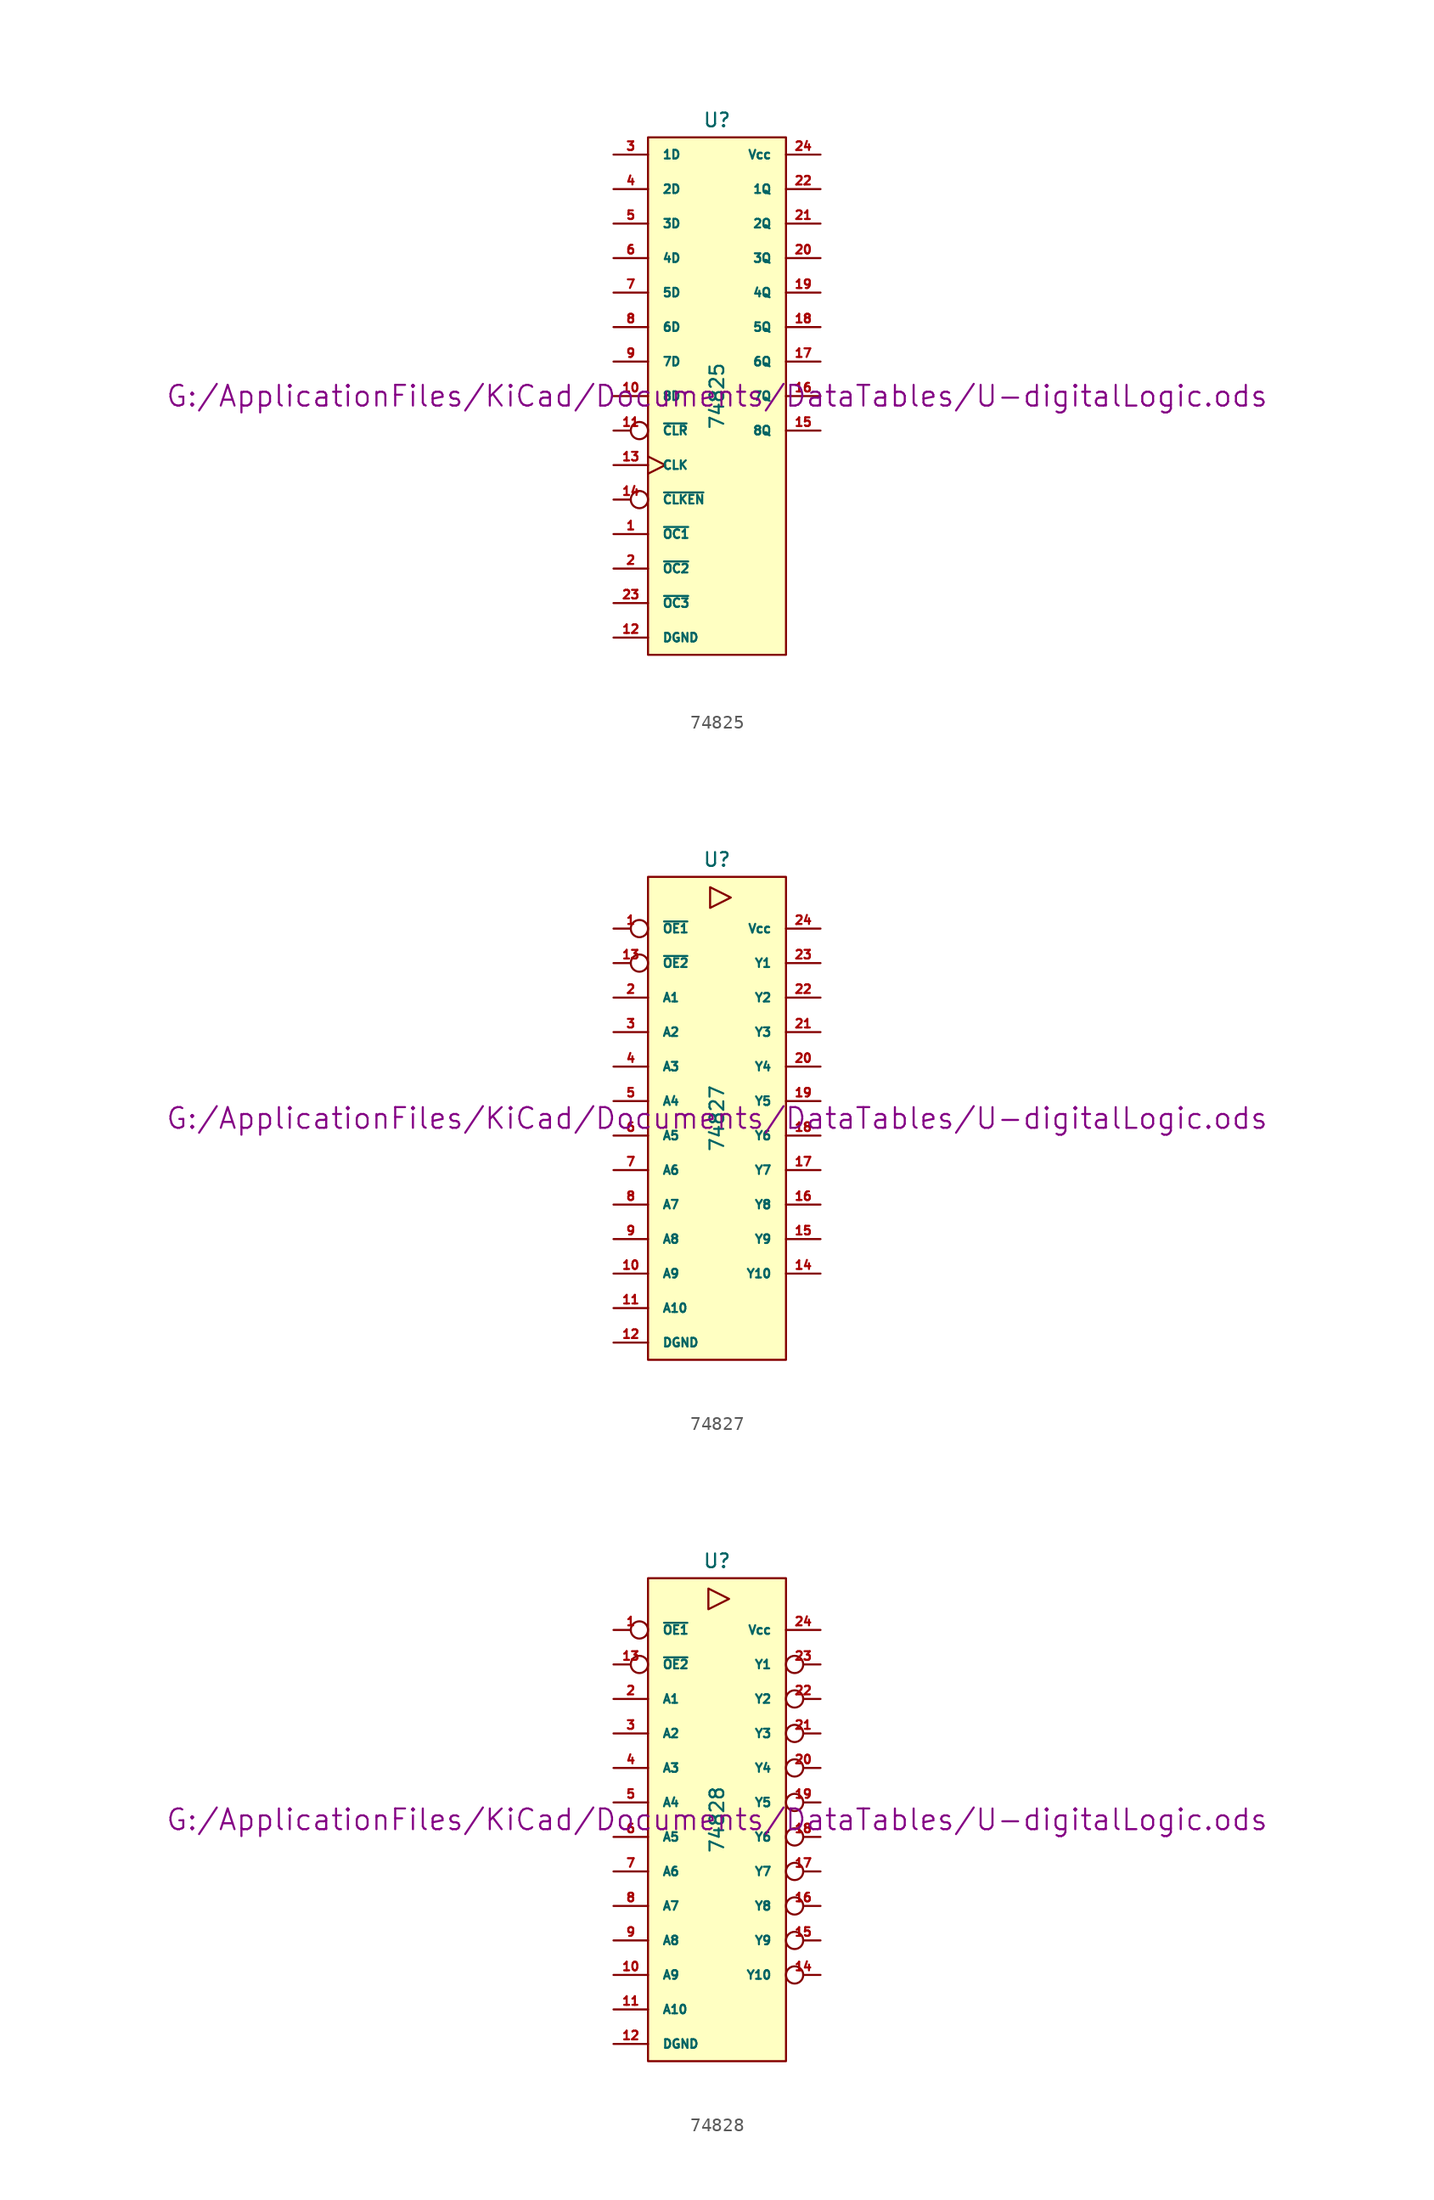
<source format=kicad_sym>
(kicad_symbol_lib
  (version 20211014)
  (generator kicad_symbol_editor)
  (symbol "74825"
    (pin_names
      (offset 1.016))
    (property "Reference" "U"
      (at 0 20.32 0)
      (effects (font (size 1.016 1.016))))
    (property "Value" "74825"
      (at 0 0 90)
      (effects (font (size 1.016 1.016))))
    (property "Footprint" ""
      (at 0 0 0)
      (effects (font (size 1.524 1.524))))
    (property "Datasheet" "G:/ApplicationFiles/KiCad/Documents/DataTables/U-digitalLogic.ods"
      (at 0 0 0)
      (effects (font (size 1.524 1.524))))
    (symbol "74825_0_1"
      (rectangle (start -5.08 19.05) (end 5.08 -19.05) (stroke (width 0) (type default) (color 0 0 0 0)) (fill (type background))))
    (symbol "74825_1_1"
      (pin input line (at -7.62 -10.16 0) (length 2.54) (name "~{OC1}" (effects (font (size 0.635 0.635)))) (number "1" (effects (font (size 0.635 0.635)))))
      (pin input line (at -7.62 0 0) (length 2.54) (name "8D" (effects (font (size 0.635 0.635)))) (number "10" (effects (font (size 0.635 0.635)))))
      (pin input inverted (at -7.62 -2.54 0) (length 2.54) (name "~{CLR}" (effects (font (size 0.635 0.635)))) (number "11" (effects (font (size 0.635 0.635)))))
      (pin power_in line (at -7.62 -17.78 0) (length 2.54) (name "DGND" (effects (font (size 0.635 0.635)))) (number "12" (effects (font (size 0.635 0.635)))))
      (pin input clock (at -7.62 -5.08 0) (length 2.54) (name "CLK" (effects (font (size 0.635 0.635)))) (number "13" (effects (font (size 0.635 0.635)))))
      (pin input inverted (at -7.62 -7.62 0) (length 2.54) (name "~{CLKEN}" (effects (font (size 0.635 0.635)))) (number "14" (effects (font (size 0.635 0.635)))))
      (pin tri_state line (at 7.62 -2.54 180) (length 2.54) (name "8Q" (effects (font (size 0.635 0.635)))) (number "15" (effects (font (size 0.635 0.635)))))
      (pin tri_state line (at 7.62 0 180) (length 2.54) (name "7Q" (effects (font (size 0.635 0.635)))) (number "16" (effects (font (size 0.635 0.635)))))
      (pin tri_state line (at 7.62 2.54 180) (length 2.54) (name "6Q" (effects (font (size 0.635 0.635)))) (number "17" (effects (font (size 0.635 0.635)))))
      (pin tri_state line (at 7.62 5.08 180) (length 2.54) (name "5Q" (effects (font (size 0.635 0.635)))) (number "18" (effects (font (size 0.635 0.635)))))
      (pin tri_state line (at 7.62 7.62 180) (length 2.54) (name "4Q" (effects (font (size 0.635 0.635)))) (number "19" (effects (font (size 0.635 0.635)))))
      (pin input line (at -7.62 -12.7 0) (length 2.54) (name "~{OC2}" (effects (font (size 0.635 0.635)))) (number "2" (effects (font (size 0.635 0.635)))))
      (pin tri_state line (at 7.62 10.16 180) (length 2.54) (name "3Q" (effects (font (size 0.635 0.635)))) (number "20" (effects (font (size 0.635 0.635)))))
      (pin tri_state line (at 7.62 12.7 180) (length 2.54) (name "2Q" (effects (font (size 0.635 0.635)))) (number "21" (effects (font (size 0.635 0.635)))))
      (pin tri_state line (at 7.62 15.24 180) (length 2.54) (name "1Q" (effects (font (size 0.635 0.635)))) (number "22" (effects (font (size 0.635 0.635)))))
      (pin input line (at -7.62 -15.24 0) (length 2.54) (name "~{OC3}" (effects (font (size 0.635 0.635)))) (number "23" (effects (font (size 0.635 0.635)))))
      (pin power_in line (at 7.62 17.78 180) (length 2.54) (name "Vcc" (effects (font (size 0.635 0.635)))) (number "24" (effects (font (size 0.635 0.635)))))
      (pin input line (at -7.62 17.78 0) (length 2.54) (name "1D" (effects (font (size 0.635 0.635)))) (number "3" (effects (font (size 0.635 0.635)))))
      (pin input line (at -7.62 15.24 0) (length 2.54) (name "2D" (effects (font (size 0.635 0.635)))) (number "4" (effects (font (size 0.635 0.635)))))
      (pin input line (at -7.62 12.7 0) (length 2.54) (name "3D" (effects (font (size 0.635 0.635)))) (number "5" (effects (font (size 0.635 0.635)))))
      (pin input line (at -7.62 10.16 0) (length 2.54) (name "4D" (effects (font (size 0.635 0.635)))) (number "6" (effects (font (size 0.635 0.635)))))
      (pin input line (at -7.62 7.62 0) (length 2.54) (name "5D" (effects (font (size 0.635 0.635)))) (number "7" (effects (font (size 0.635 0.635)))))
      (pin input line (at -7.62 5.08 0) (length 2.54) (name "6D" (effects (font (size 0.635 0.635)))) (number "8" (effects (font (size 0.635 0.635)))))
      (pin input line (at -7.62 2.54 0) (length 2.54) (name "7D" (effects (font (size 0.635 0.635)))) (number "9" (effects (font (size 0.635 0.635)))))))
  (symbol "74827"
    (pin_names
      (offset 1.016))
    (property "Reference" "U"
      (at 0 19.05 0)
      (effects (font (size 1.016 1.016))))
    (property "Value" "74827"
      (at 0 0 90)
      (effects (font (size 1.016 1.016))))
    (property "Footprint" ""
      (at 0 0 0)
      (effects (font (size 1.524 1.524))))
    (property "Datasheet" "G:/ApplicationFiles/KiCad/Documents/DataTables/U-digitalLogic.ods"
      (at 0 0 0)
      (effects (font (size 1.524 1.524))))
    (symbol "74827_0_0"
      (polyline (pts (xy -0.508 17.018) (xy -0.508 15.494) (xy 1.016 16.256) (xy -0.508 17.018)) (stroke (width 0) (type default) (color 0 0 0 0)) (fill (type none))))
    (symbol "74827_0_1"
      (rectangle (start -5.08 17.78) (end 5.08 -17.78) (stroke (width 0) (type default) (color 0 0 0 0)) (fill (type background))))
    (symbol "74827_1_1"
      (pin input inverted (at -7.62 13.97 0) (length 2.54) (name "~{OE1}" (effects (font (size 0.635 0.635)))) (number "1" (effects (font (size 0.635 0.635)))))
      (pin tri_state line (at -7.62 -11.43 0) (length 2.54) (name "A9" (effects (font (size 0.635 0.635)))) (number "10" (effects (font (size 0.635 0.635)))))
      (pin tri_state line (at -7.62 -13.97 0) (length 2.54) (name "A10" (effects (font (size 0.635 0.635)))) (number "11" (effects (font (size 0.635 0.635)))))
      (pin power_in line (at -7.62 -16.51 0) (length 2.54) (name "DGND" (effects (font (size 0.635 0.635)))) (number "12" (effects (font (size 0.635 0.635)))))
      (pin input inverted (at -7.62 11.43 0) (length 2.54) (name "~{OE2}" (effects (font (size 0.635 0.635)))) (number "13" (effects (font (size 0.635 0.635)))))
      (pin tri_state line (at 7.62 -11.43 180) (length 2.54) (name "Y10" (effects (font (size 0.635 0.635)))) (number "14" (effects (font (size 0.635 0.635)))))
      (pin tri_state line (at 7.62 -8.89 180) (length 2.54) (name "Y9" (effects (font (size 0.635 0.635)))) (number "15" (effects (font (size 0.635 0.635)))))
      (pin tri_state line (at 7.62 -6.35 180) (length 2.54) (name "Y8" (effects (font (size 0.635 0.635)))) (number "16" (effects (font (size 0.635 0.635)))))
      (pin tri_state line (at 7.62 -3.81 180) (length 2.54) (name "Y7" (effects (font (size 0.635 0.635)))) (number "17" (effects (font (size 0.635 0.635)))))
      (pin tri_state line (at 7.62 -1.27 180) (length 2.54) (name "Y6" (effects (font (size 0.635 0.635)))) (number "18" (effects (font (size 0.635 0.635)))))
      (pin tri_state line (at 7.62 1.27 180) (length 2.54) (name "Y5" (effects (font (size 0.635 0.635)))) (number "19" (effects (font (size 0.635 0.635)))))
      (pin tri_state line (at -7.62 8.89 0) (length 2.54) (name "A1" (effects (font (size 0.635 0.635)))) (number "2" (effects (font (size 0.635 0.635)))))
      (pin tri_state line (at 7.62 3.81 180) (length 2.54) (name "Y4" (effects (font (size 0.635 0.635)))) (number "20" (effects (font (size 0.635 0.635)))))
      (pin tri_state line (at 7.62 6.35 180) (length 2.54) (name "Y3" (effects (font (size 0.635 0.635)))) (number "21" (effects (font (size 0.635 0.635)))))
      (pin tri_state line (at 7.62 8.89 180) (length 2.54) (name "Y2" (effects (font (size 0.635 0.635)))) (number "22" (effects (font (size 0.635 0.635)))))
      (pin tri_state line (at 7.62 11.43 180) (length 2.54) (name "Y1" (effects (font (size 0.635 0.635)))) (number "23" (effects (font (size 0.635 0.635)))))
      (pin power_in line (at 7.62 13.97 180) (length 2.54) (name "Vcc" (effects (font (size 0.635 0.635)))) (number "24" (effects (font (size 0.635 0.635)))))
      (pin tri_state line (at -7.62 6.35 0) (length 2.54) (name "A2" (effects (font (size 0.635 0.635)))) (number "3" (effects (font (size 0.635 0.635)))))
      (pin tri_state line (at -7.62 3.81 0) (length 2.54) (name "A3" (effects (font (size 0.635 0.635)))) (number "4" (effects (font (size 0.635 0.635)))))
      (pin tri_state line (at -7.62 1.27 0) (length 2.54) (name "A4" (effects (font (size 0.635 0.635)))) (number "5" (effects (font (size 0.635 0.635)))))
      (pin tri_state line (at -7.62 -1.27 0) (length 2.54) (name "A5" (effects (font (size 0.635 0.635)))) (number "6" (effects (font (size 0.635 0.635)))))
      (pin tri_state line (at -7.62 -3.81 0) (length 2.54) (name "A6" (effects (font (size 0.635 0.635)))) (number "7" (effects (font (size 0.635 0.635)))))
      (pin tri_state line (at -7.62 -6.35 0) (length 2.54) (name "A7" (effects (font (size 0.635 0.635)))) (number "8" (effects (font (size 0.635 0.635)))))
      (pin tri_state line (at -7.62 -8.89 0) (length 2.54) (name "A8" (effects (font (size 0.635 0.635)))) (number "9" (effects (font (size 0.635 0.635)))))))
  (symbol "74828"
    (pin_names
      (offset 1.016))
    (property "Reference" "U"
      (at 0 19.05 0)
      (effects (font (size 1.016 1.016))))
    (property "Value" "74828"
      (at 0 0 90)
      (effects (font (size 1.016 1.016))))
    (property "Footprint" ""
      (at 0 0 0)
      (effects (font (size 1.524 1.524))))
    (property "Datasheet" "G:/ApplicationFiles/KiCad/Documents/DataTables/U-digitalLogic.ods"
      (at 0 0 0)
      (effects (font (size 1.524 1.524))))
    (symbol "74828_0_0"
      (polyline (pts (xy -0.635 17.018) (xy -0.635 15.494) (xy 0.889 16.256) (xy -0.635 17.018)) (stroke (width 0) (type default) (color 0 0 0 0)) (fill (type none))))
    (symbol "74828_0_1"
      (rectangle (start -5.08 17.78) (end 5.08 -17.78) (stroke (width 0) (type default) (color 0 0 0 0)) (fill (type background))))
    (symbol "74828_1_1"
      (pin input inverted (at -7.62 13.97 0) (length 2.54) (name "~{OE1}" (effects (font (size 0.635 0.635)))) (number "1" (effects (font (size 0.635 0.635)))))
      (pin input line (at -7.62 -11.43 0) (length 2.54) (name "A9" (effects (font (size 0.635 0.635)))) (number "10" (effects (font (size 0.635 0.635)))))
      (pin input line (at -7.62 -13.97 0) (length 2.54) (name "A10" (effects (font (size 0.635 0.635)))) (number "11" (effects (font (size 0.635 0.635)))))
      (pin power_in line (at -7.62 -16.51 0) (length 2.54) (name "DGND" (effects (font (size 0.635 0.635)))) (number "12" (effects (font (size 0.635 0.635)))))
      (pin input inverted (at -7.62 11.43 0) (length 2.54) (name "~{OE2}" (effects (font (size 0.635 0.635)))) (number "13" (effects (font (size 0.635 0.635)))))
      (pin tri_state inverted (at 7.62 -11.43 180) (length 2.54) (name "Y10" (effects (font (size 0.635 0.635)))) (number "14" (effects (font (size 0.635 0.635)))))
      (pin tri_state inverted (at 7.62 -8.89 180) (length 2.54) (name "Y9" (effects (font (size 0.635 0.635)))) (number "15" (effects (font (size 0.635 0.635)))))
      (pin tri_state inverted (at 7.62 -6.35 180) (length 2.54) (name "Y8" (effects (font (size 0.635 0.635)))) (number "16" (effects (font (size 0.635 0.635)))))
      (pin tri_state inverted (at 7.62 -3.81 180) (length 2.54) (name "Y7" (effects (font (size 0.635 0.635)))) (number "17" (effects (font (size 0.635 0.635)))))
      (pin tri_state inverted (at 7.62 -1.27 180) (length 2.54) (name "Y6" (effects (font (size 0.635 0.635)))) (number "18" (effects (font (size 0.635 0.635)))))
      (pin tri_state inverted (at 7.62 1.27 180) (length 2.54) (name "Y5" (effects (font (size 0.635 0.635)))) (number "19" (effects (font (size 0.635 0.635)))))
      (pin input line (at -7.62 8.89 0) (length 2.54) (name "A1" (effects (font (size 0.635 0.635)))) (number "2" (effects (font (size 0.635 0.635)))))
      (pin tri_state inverted (at 7.62 3.81 180) (length 2.54) (name "Y4" (effects (font (size 0.635 0.635)))) (number "20" (effects (font (size 0.635 0.635)))))
      (pin tri_state inverted (at 7.62 6.35 180) (length 2.54) (name "Y3" (effects (font (size 0.635 0.635)))) (number "21" (effects (font (size 0.635 0.635)))))
      (pin tri_state inverted (at 7.62 8.89 180) (length 2.54) (name "Y2" (effects (font (size 0.635 0.635)))) (number "22" (effects (font (size 0.635 0.635)))))
      (pin tri_state inverted (at 7.62 11.43 180) (length 2.54) (name "Y1" (effects (font (size 0.635 0.635)))) (number "23" (effects (font (size 0.635 0.635)))))
      (pin power_in line (at 7.62 13.97 180) (length 2.54) (name "Vcc" (effects (font (size 0.635 0.635)))) (number "24" (effects (font (size 0.635 0.635)))))
      (pin input line (at -7.62 6.35 0) (length 2.54) (name "A2" (effects (font (size 0.635 0.635)))) (number "3" (effects (font (size 0.635 0.635)))))
      (pin input line (at -7.62 3.81 0) (length 2.54) (name "A3" (effects (font (size 0.635 0.635)))) (number "4" (effects (font (size 0.635 0.635)))))
      (pin input line (at -7.62 1.27 0) (length 2.54) (name "A4" (effects (font (size 0.635 0.635)))) (number "5" (effects (font (size 0.635 0.635)))))
      (pin input line (at -7.62 -1.27 0) (length 2.54) (name "A5" (effects (font (size 0.635 0.635)))) (number "6" (effects (font (size 0.635 0.635)))))
      (pin input line (at -7.62 -3.81 0) (length 2.54) (name "A6" (effects (font (size 0.635 0.635)))) (number "7" (effects (font (size 0.635 0.635)))))
      (pin input line (at -7.62 -6.35 0) (length 2.54) (name "A7" (effects (font (size 0.635 0.635)))) (number "8" (effects (font (size 0.635 0.635)))))
      (pin input line (at -7.62 -8.89 0) (length 2.54) (name "A8" (effects (font (size 0.635 0.635)))) (number "9" (effects (font (size 0.635 0.635))))))))
</source>
